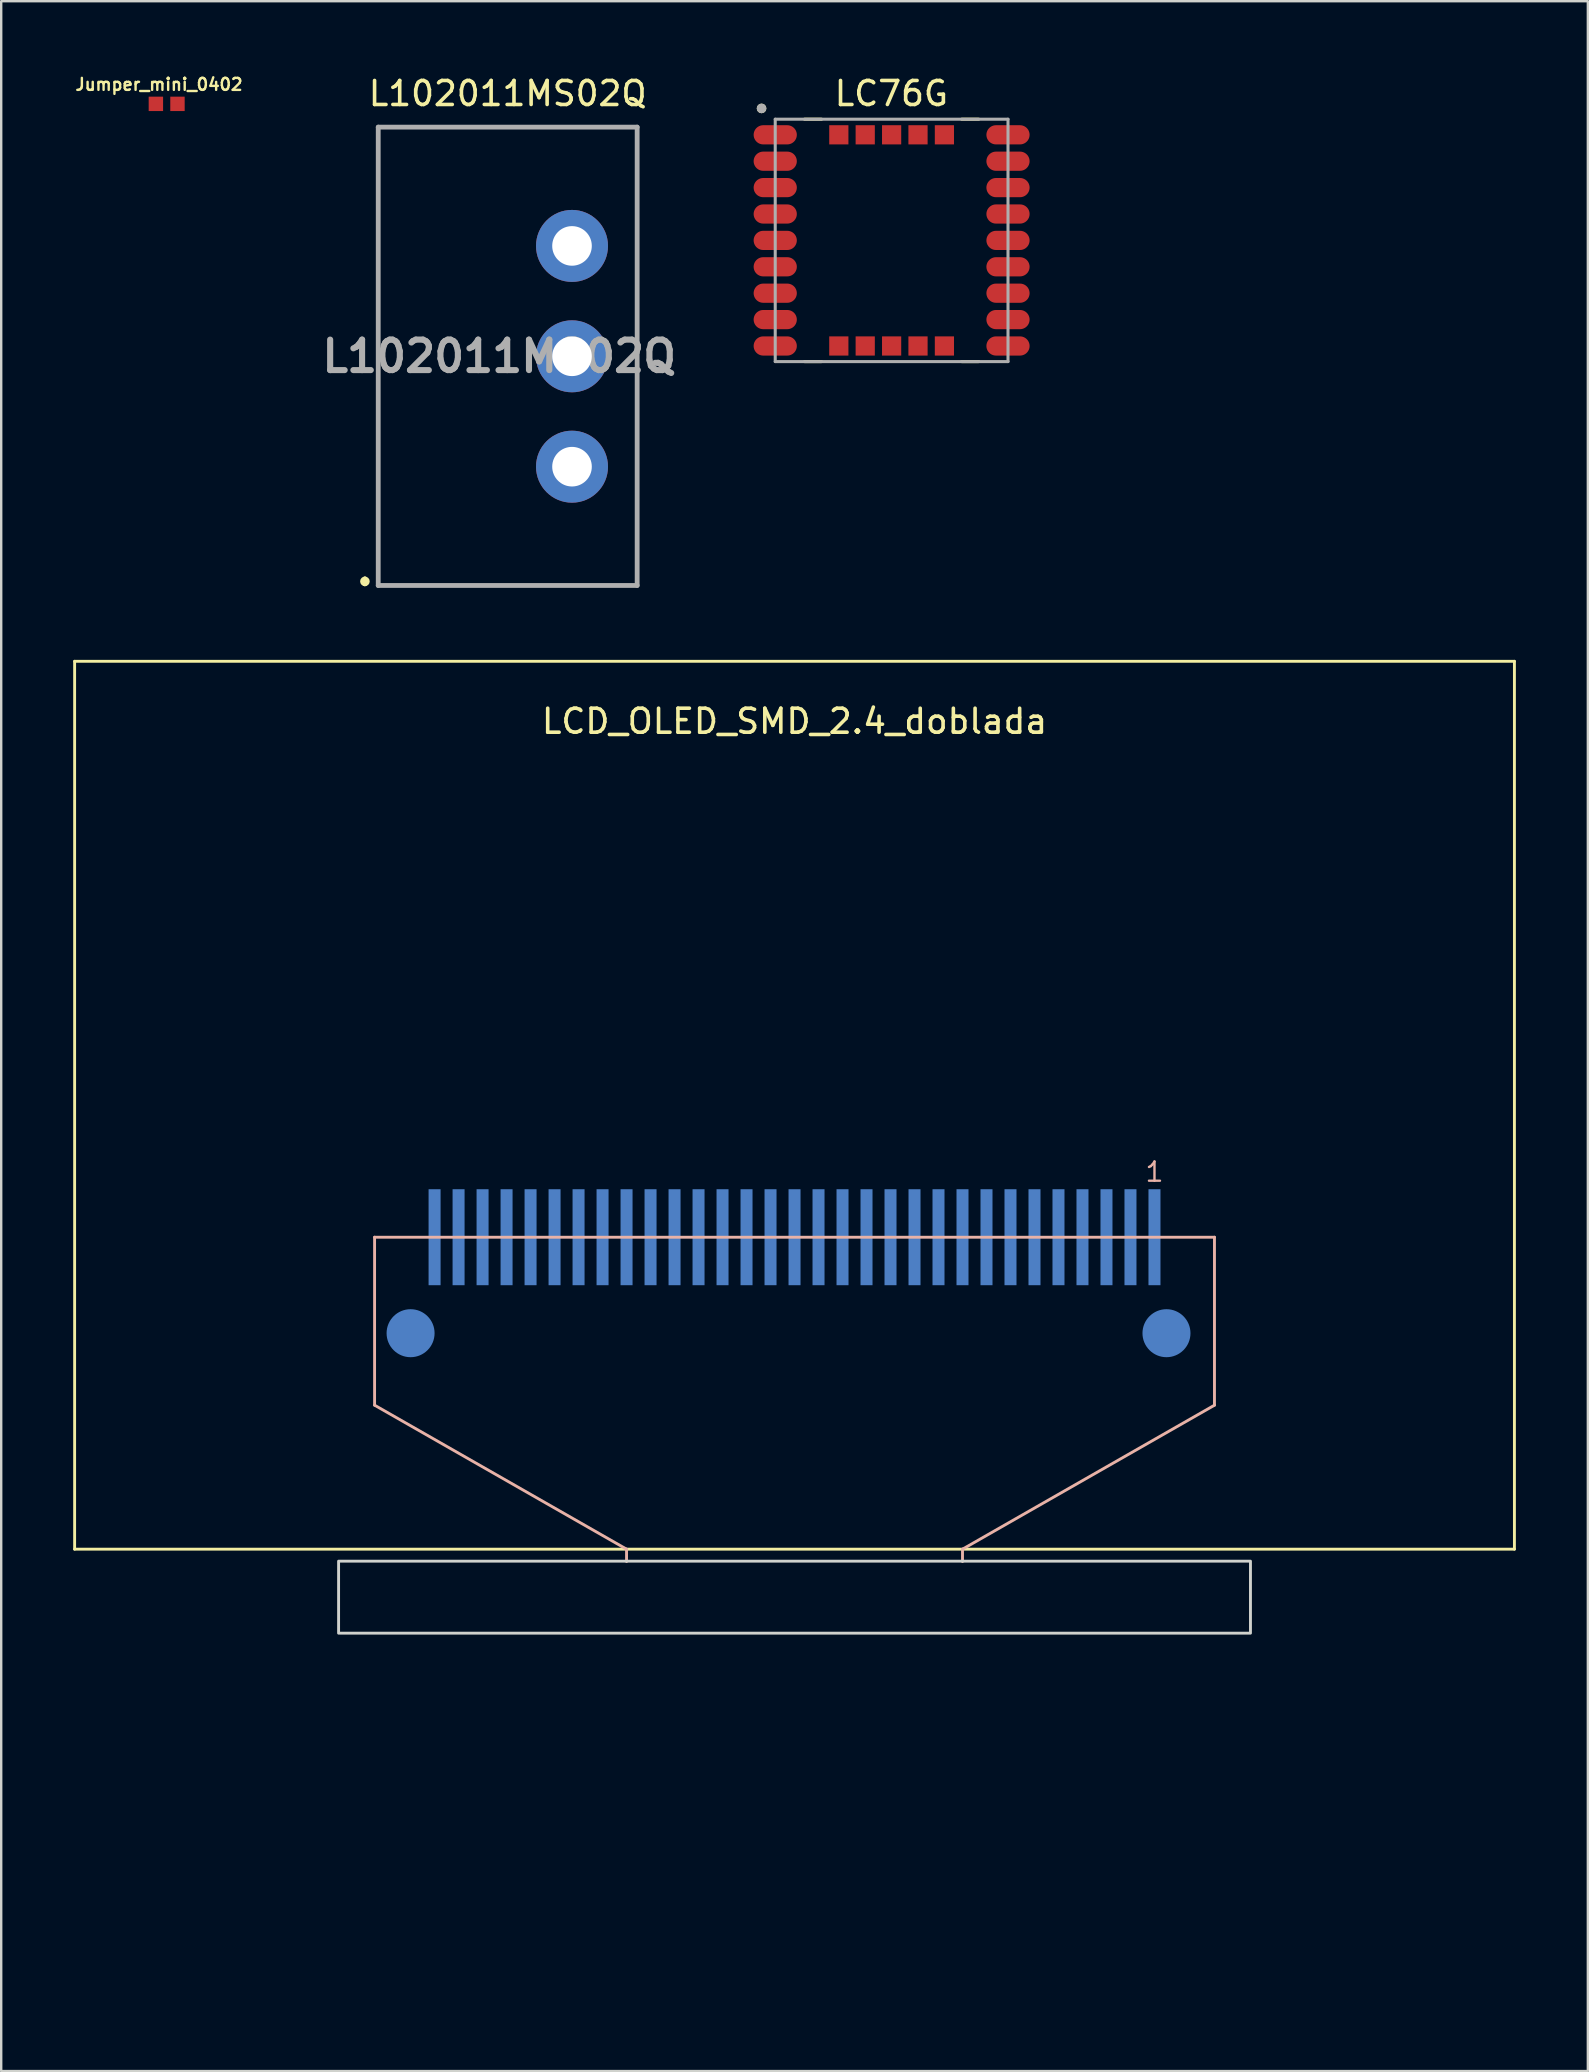
<source format=kicad_pcb>
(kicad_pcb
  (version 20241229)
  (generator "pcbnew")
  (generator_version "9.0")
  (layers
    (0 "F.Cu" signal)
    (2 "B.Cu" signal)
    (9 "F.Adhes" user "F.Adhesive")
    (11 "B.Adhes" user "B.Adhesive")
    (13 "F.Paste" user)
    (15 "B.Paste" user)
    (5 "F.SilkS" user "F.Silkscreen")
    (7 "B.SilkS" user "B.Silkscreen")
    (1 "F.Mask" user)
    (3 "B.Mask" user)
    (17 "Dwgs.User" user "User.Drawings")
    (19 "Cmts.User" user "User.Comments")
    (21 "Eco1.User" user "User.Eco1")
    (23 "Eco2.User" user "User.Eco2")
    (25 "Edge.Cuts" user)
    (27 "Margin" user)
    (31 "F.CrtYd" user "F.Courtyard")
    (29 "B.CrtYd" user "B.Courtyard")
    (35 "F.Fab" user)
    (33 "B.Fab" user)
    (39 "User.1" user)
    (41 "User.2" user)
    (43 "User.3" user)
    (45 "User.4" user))
  (footprint "L102011MS02Q"
    (layer "F.Cu")
    (at 18.107 16.398)
    (property "Reference" "L102011MS02Q" (at 0 -15.55 0) (layer "F.SilkS") (effects (font (size 1 1) (thickness 0.15))))
    (attr through_hole)
    (fp_line (start -5.95 4.68) (end -5.95 4.68) (stroke (width 0.2) (type solid)) (layer "F.SilkS"))
    (fp_line (start -5.95 4.88) (end -5.95 4.88) (stroke (width 0.2) (type solid)) (layer "F.SilkS"))
    (fp_line (start -5.395 -14.15) (end -5.395 4.95) (stroke (width 0.1) (type solid)) (layer "F.SilkS"))
    (fp_line (start -5.395 4.95) (end 5.395 4.95) (stroke (width 0.1) (type solid)) (layer "F.SilkS"))
    (fp_line (start 5.395 -14.15) (end -5.395 -14.15) (stroke (width 0.1) (type solid)) (layer "F.SilkS"))
    (fp_line (start 5.395 4.95) (end 5.395 -14.15) (stroke (width 0.1) (type solid)) (layer "F.SilkS"))
    (fp_arc (start -5.95 4.68) (mid -5.85 4.78) (end -5.95 4.88) (stroke (width 0.2) (type solid)) (layer "F.SilkS"))
    (fp_arc (start -5.95 4.88) (mid -6.05 4.78) (end -5.95 4.68) (stroke (width 0.2) (type solid)) (layer "F.SilkS"))
    (fp_line (start -5.395 -14.15) (end -5.395 4.95) (stroke (width 0.2) (type solid)) (layer "F.Fab"))
    (fp_line (start -5.395 4.95) (end 5.395 4.95) (stroke (width 0.2) (type solid)) (layer "F.Fab"))
    (fp_line (start 5.395 -14.15) (end -5.395 -14.15) (stroke (width 0.2) (type solid)) (layer "F.Fab"))
    (fp_line (start 5.395 4.95) (end 5.395 -14.15) (stroke (width 0.2) (type solid)) (layer "F.Fab"))
    (fp_text user "${REFERENCE}" (at -0.353 -4.6 0) (layer "F.Fab") (effects (font (size 1.27 1.27) (thickness 0.254))))
    (pad "1" thru_hole circle (at 2.68 0) (size 3 3) (drill 1.65) (layers "*.Cu" "*.Mask"))
    (pad "2" thru_hole circle (at 2.68 -4.6) (size 3 3) (drill 1.65) (layers "*.Cu" "*.Mask"))
    (pad "3" thru_hole circle (at 2.68 -9.2) (size 3 3) (drill 1.65) (layers "*.Cu" "*.Mask")))
  (footprint "LCD_OLED_SMD_2.4_doblada"
    (layer "F.Cu")
    (at 30.06 80.008)
    (property "Reference" "LCD_OLED_SMD_2.4_doblada" (at 0 -53 0) (unlocked yes) (layer "F.SilkS") (effects (font (size 1 1) (thickness 0.15))))
    (attr smd)
    (fp_line (start -30 -18.5) (end -30 -55.5) (stroke (width 0.12) (type solid)) (layer "F.SilkS"))
    (fp_line (start -30 -18.5) (end 30 -18.5) (stroke (width 0.12) (type solid)) (layer "F.SilkS"))
    (fp_line (start 30 -55.5) (end -30 -55.5) (stroke (width 0.12) (type solid)) (layer "F.SilkS"))
    (fp_line (start 30 -55.5) (end 30 -18.5) (stroke (width 0.12) (type solid)) (layer "F.SilkS"))
    (fp_line (start -17.5 -31.5) (end -17.5 -24.5) (stroke (width 0.12) (type solid)) (layer "B.SilkS"))
    (fp_line (start -17.5 -31.5) (end 17.5 -31.5) (stroke (width 0.12) (type solid)) (layer "B.SilkS"))
    (fp_line (start -7 -18.5) (end -17.5 -24.5) (stroke (width 0.12) (type solid)) (layer "B.SilkS"))
    (fp_line (start -7 -18.5) (end -7 -17.985) (stroke (width 0.12) (type solid)) (layer "B.SilkS"))
    (fp_line (start 7 -18.5) (end 7 -17.985) (stroke (width 0.12) (type solid)) (layer "B.SilkS"))
    (fp_line (start 17.5 -31.5) (end 17.5 -24.5) (stroke (width 0.12) (type solid)) (layer "B.SilkS"))
    (fp_line (start 17.5 -24.5) (end 7 -18.5) (stroke (width 0.12) (type solid)) (layer "B.SilkS"))
    (fp_rect (start -19 -18) (end 19 -15) (stroke (width 0.12) (type solid)) (fill no) (layer "Edge.Cuts"))
    (fp_text user "1" (at 15 -34.22 0) (unlocked yes) (layer "B.SilkS") (effects (font (size 0.8 0.8) (thickness 0.1))))
    (pad "" smd circle (at -16 -27.5 180) (size 2 2) (layers "B.Cu" "B.Mask" "B.Paste"))
    (pad "" smd circle (at 15.5 -27.5 180) (size 2 2) (layers "B.Cu" "B.Mask" "B.Paste"))
    (pad "1" smd rect (at 15 -31.5 180) (size 0.5 4) (layers "B.Cu" "B.Mask" "B.Paste"))
    (pad "2" smd rect (at 14 -31.5 180) (size 0.5 4) (layers "B.Cu" "B.Mask" "B.Paste"))
    (pad "3" smd rect (at 13 -31.5 180) (size 0.5 4) (layers "B.Cu" "B.Mask" "B.Paste"))
    (pad "4" smd rect (at 12 -31.5 180) (size 0.5 4) (layers "B.Cu" "B.Mask" "B.Paste"))
    (pad "5" smd rect (at 11 -31.5 180) (size 0.5 4) (layers "B.Cu" "B.Mask" "B.Paste"))
    (pad "6" smd rect (at 10 -31.5 180) (size 0.5 4) (layers "B.Cu" "B.Mask" "B.Paste"))
    (pad "7" smd rect (at 9 -31.5 180) (size 0.5 4) (layers "B.Cu" "B.Mask" "B.Paste"))
    (pad "8" smd rect (at 8 -31.5 180) (size 0.5 4) (layers "B.Cu" "B.Mask" "B.Paste"))
    (pad "9" smd rect (at 7 -31.5 180) (size 0.5 4) (layers "B.Cu" "B.Mask" "B.Paste"))
    (pad "10" smd rect (at 6 -31.5 180) (size 0.5 4) (layers "B.Cu" "B.Mask" "B.Paste"))
    (pad "11" smd rect (at 5 -31.5 180) (size 0.5 4) (layers "B.Cu" "B.Mask" "B.Paste"))
    (pad "12" smd rect (at 4 -31.5 180) (size 0.5 4) (layers "B.Cu" "B.Mask" "B.Paste"))
    (pad "13" smd rect (at 3 -31.5 180) (size 0.5 4) (layers "B.Cu" "B.Mask" "B.Paste"))
    (pad "14" smd rect (at 2 -31.5 180) (size 0.5 4) (layers "B.Cu" "B.Mask" "B.Paste"))
    (pad "15" smd rect (at 1 -31.5 180) (size 0.5 4) (layers "B.Cu" "B.Mask" "B.Paste"))
    (pad "16" smd rect (at 0 -31.5 180) (size 0.5 4) (layers "B.Cu" "B.Mask" "B.Paste"))
    (pad "17" smd rect (at -1 -31.5 180) (size 0.5 4) (layers "B.Cu" "B.Mask" "B.Paste"))
    (pad "18" smd rect (at -2 -31.5 180) (size 0.5 4) (layers "B.Cu" "B.Mask" "B.Paste"))
    (pad "19" smd rect (at -3 -31.5 180) (size 0.5 4) (layers "B.Cu" "B.Mask" "B.Paste"))
    (pad "20" smd rect (at -4 -31.5 180) (size 0.5 4) (layers "B.Cu" "B.Mask" "B.Paste"))
    (pad "21" smd rect (at -5 -31.5 180) (size 0.5 4) (layers "B.Cu" "B.Mask" "B.Paste"))
    (pad "22" smd rect (at -6 -31.5 180) (size 0.5 4) (layers "B.Cu" "B.Mask" "B.Paste"))
    (pad "23" smd rect (at -7 -31.5 180) (size 0.5 4) (layers "B.Cu" "B.Mask" "B.Paste"))
    (pad "24" smd rect (at -8 -31.5 180) (size 0.5 4) (layers "B.Cu" "B.Mask" "B.Paste"))
    (pad "25" smd rect (at -9 -31.5 180) (size 0.5 4) (layers "B.Cu" "B.Mask" "B.Paste"))
    (pad "26" smd rect (at -10 -31.5 180) (size 0.5 4) (layers "B.Cu" "B.Mask" "B.Paste"))
    (pad "27" smd rect (at -11 -31.5 180) (size 0.5 4) (layers "B.Cu" "B.Mask" "B.Paste"))
    (pad "28" smd rect (at -12 -31.5 180) (size 0.5 4) (layers "B.Cu" "B.Mask" "B.Paste"))
    (pad "29" smd rect (at -13 -31.5 180) (size 0.5 4) (layers "B.Cu" "B.Mask" "B.Paste"))
    (pad "30" smd rect (at -14 -31.5 180) (size 0.5 4) (layers "B.Cu" "B.Mask" "B.Paste"))
    (pad "31" smd rect (at -15 -31.5 180) (size 0.5 4) (layers "B.Cu" "B.Mask" "B.Paste")))
  (footprint "Jumper_mini_0402"
    (layer "F.Cu")
    (at 4.346 1.278)
    (property "Reference" "Jumper_mini_0402" (at -0.77 -0.81 0) (layer "F.SilkS") (effects (font (size 0.5 0.5) (thickness 0.1))))
    (attr exclude_from_pos_files exclude_from_bom)
    (pad "1" smd rect (at -0.9 0) (size 0.6 0.6) (layers "F.Cu" "F.Mask"))
    (pad "2" smd rect (at 0 0) (size 0.6 0.6) (layers "F.Cu" "F.Mask")))
  (footprint "LC76G"
    (layer "F.Cu")
    (at 34.106 6.968)
    (property "Reference" "LC76G" (at -0.01 -6.12 0) (layer "F.SilkS") (effects (font (size 1 1) (thickness 0.15))))
    (attr smd)
    (fp_line (start -2.92 -5.05) (end -3.63 -5.05) (stroke (width 0.127) (type solid)) (layer "F.SilkS"))
    (fp_line (start -2.92 5.05) (end -3.63 5.05) (stroke (width 0.127) (type solid)) (layer "F.SilkS"))
    (fp_line (start 2.92 -5.05) (end 3.63 -5.05) (stroke (width 0.127) (type solid)) (layer "F.SilkS"))
    (fp_line (start 3.63 5.05) (end 2.92 5.05) (stroke (width 0.127) (type solid)) (layer "F.SilkS"))
    (fp_circle (center -5.42 -5.5) (end -5.32 -5.5) (stroke (width 0.2) (type solid)) (fill no) (layer "F.SilkS"))
    (fp_line (start -4.85 -5.05) (end 4.85 -5.05) (stroke (width 0.127) (type solid)) (layer "F.Fab"))
    (fp_line (start -4.85 5.05) (end -4.85 -5.05) (stroke (width 0.127) (type solid)) (layer "F.Fab"))
    (fp_line (start 4.85 -5.05) (end 4.85 5.05) (stroke (width 0.127) (type solid)) (layer "F.Fab"))
    (fp_line (start 4.85 5.05) (end -4.85 5.05) (stroke (width 0.127) (type solid)) (layer "F.Fab"))
    (fp_circle (center -5.42 -5.5) (end -5.32 -5.5) (stroke (width 0.2) (type solid)) (fill no) (layer "F.Fab"))
    (pad "1" smd oval (at -4.85 -4.4) (size 1.8 0.8) (layers "F.Cu" "F.Mask" "F.Paste"))
    (pad "2" smd oval (at -4.85 -3.3) (size 1.8 0.8) (layers "F.Cu" "F.Mask" "F.Paste"))
    (pad "3" smd oval (at -4.85 -2.2) (size 1.8 0.8) (layers "F.Cu" "F.Mask" "F.Paste"))
    (pad "4" smd oval (at -4.85 -1.1) (size 1.8 0.8) (layers "F.Cu" "F.Mask" "F.Paste"))
    (pad "5" smd oval (at -4.85 0) (size 1.8 0.8) (layers "F.Cu" "F.Mask" "F.Paste"))
    (pad "6" smd oval (at -4.85 1.1) (size 1.8 0.8) (layers "F.Cu" "F.Mask" "F.Paste"))
    (pad "7" smd oval (at -4.85 2.2) (size 1.8 0.8) (layers "F.Cu" "F.Mask" "F.Paste"))
    (pad "8" smd oval (at -4.85 3.3) (size 1.8 0.8) (layers "F.Cu" "F.Mask" "F.Paste"))
    (pad "9" smd oval (at -4.85 4.4) (size 1.8 0.8) (layers "F.Cu" "F.Mask" "F.Paste"))
    (pad "10" smd oval (at 4.85 4.4) (size 1.8 0.8) (layers "F.Cu" "F.Mask" "F.Paste"))
    (pad "11" smd oval (at 4.85 3.3) (size 1.8 0.8) (layers "F.Cu" "F.Mask" "F.Paste"))
    (pad "12" smd oval (at 4.85 2.2) (size 1.8 0.8) (layers "F.Cu" "F.Mask" "F.Paste"))
    (pad "13" smd oval (at 4.85 1.1) (size 1.8 0.8) (layers "F.Cu" "F.Mask" "F.Paste"))
    (pad "14" smd oval (at 4.85 0) (size 1.8 0.8) (layers "F.Cu" "F.Mask" "F.Paste"))
    (pad "15" smd oval (at 4.85 -1.1) (size 1.8 0.8) (layers "F.Cu" "F.Mask" "F.Paste"))
    (pad "16" smd oval (at 4.85 -2.2) (size 1.8 0.8) (layers "F.Cu" "F.Mask" "F.Paste"))
    (pad "17" smd oval (at 4.85 -3.3) (size 1.8 0.8) (layers "F.Cu" "F.Mask" "F.Paste"))
    (pad "18" smd oval (at 4.85 -4.4) (size 1.8 0.8) (layers "F.Cu" "F.Mask" "F.Paste"))
    (pad "19" smd rect (at 2.2 -4.4) (size 0.8 0.8) (layers "F.Cu" "F.Mask" "F.Paste"))
    (pad "20" smd rect (at 1.1 -4.4) (size 0.8 0.8) (layers "F.Cu" "F.Mask" "F.Paste"))
    (pad "21" smd rect (at 0 -4.4) (size 0.8 0.8) (layers "F.Cu" "F.Mask" "F.Paste"))
    (pad "22" smd rect (at -1.1 -4.4) (size 0.8 0.8) (layers "F.Cu" "F.Mask" "F.Paste"))
    (pad "23" smd rect (at -2.2 -4.4) (size 0.8 0.8) (layers "F.Cu" "F.Mask" "F.Paste"))
    (pad "24" smd rect (at -2.2 4.4) (size 0.8 0.8) (layers "F.Cu" "F.Mask" "F.Paste"))
    (pad "25" smd rect (at -1.1 4.4) (size 0.8 0.8) (layers "F.Cu" "F.Mask" "F.Paste"))
    (pad "26" smd rect (at 0 4.4) (size 0.8 0.8) (layers "F.Cu" "F.Mask" "F.Paste"))
    (pad "27" smd rect (at 1.1 4.4) (size 0.8 0.8) (layers "F.Cu" "F.Mask" "F.Paste"))
    (pad "28" smd rect (at 2.2 4.4) (size 0.8 0.8) (layers "F.Cu" "F.Mask" "F.Paste")))
  (gr_rect
    (start -3 -3)
    (end 63.12 83.258)
    (stroke (width 0.1) (type default))
    (fill no)
    (layer "Edge.Cuts")))
</source>
